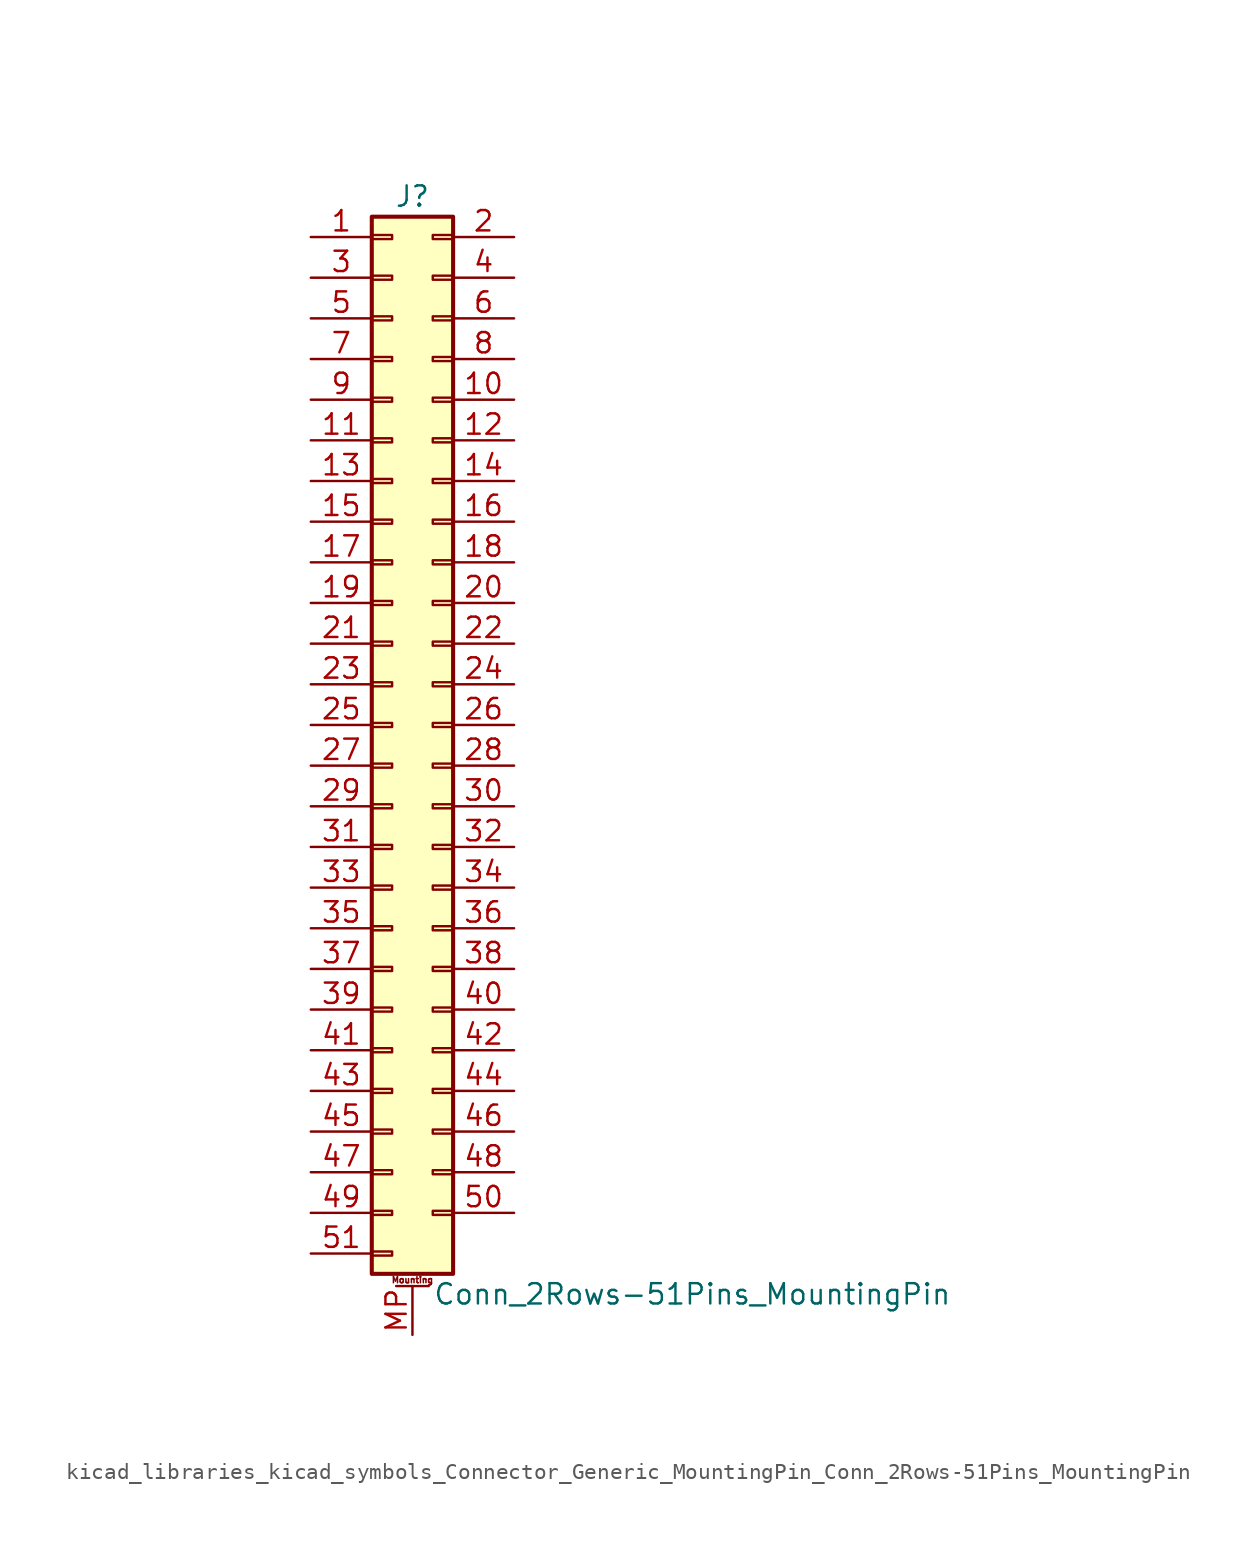
<source format=kicad_sym>
(kicad_symbol_lib
  (version 20220914)
  (generator kicad_symbol_editor)
  (symbol "kicad_libraries_kicad_symbols_Connector_Generic_MountingPin_Conn_2Rows-51Pins_MountingPin"
    (pin_names
      (offset 1.016) hide)
    (property "Reference" "J"
      (at 1.27 33.02 0)
      (effects (font (size 1.27 1.27))))
    (property "Value" "Conn_2Rows-51Pins_MountingPin"
      (at 2.54 -35.56 0)
      (effects (font (size 1.27 1.27)) (justify left)))
    (symbol "kicad_libraries_kicad_symbols_Connector_Generic_MountingPin_Conn_2Rows-51Pins_MountingPin_1_1"
      (rectangle (start -1.27 -32.893) (end 0 -33.147) (stroke (width 0.152) (type default)) (fill (type none)))
      (rectangle (start -1.27 -30.353) (end 0 -30.607) (stroke (width 0.152) (type default)) (fill (type none)))
      (rectangle (start -1.27 -27.813) (end 0 -28.067) (stroke (width 0.152) (type default)) (fill (type none)))
      (rectangle (start -1.27 -25.273) (end 0 -25.527) (stroke (width 0.152) (type default)) (fill (type none)))
      (rectangle (start -1.27 -22.733) (end 0 -22.987) (stroke (width 0.152) (type default)) (fill (type none)))
      (rectangle (start -1.27 -20.193) (end 0 -20.447) (stroke (width 0.152) (type default)) (fill (type none)))
      (rectangle (start -1.27 -17.653) (end 0 -17.907) (stroke (width 0.152) (type default)) (fill (type none)))
      (rectangle (start -1.27 -15.113) (end 0 -15.367) (stroke (width 0.152) (type default)) (fill (type none)))
      (rectangle (start -1.27 -12.573) (end 0 -12.827) (stroke (width 0.152) (type default)) (fill (type none)))
      (rectangle (start -1.27 -10.033) (end 0 -10.287) (stroke (width 0.152) (type default)) (fill (type none)))
      (rectangle (start -1.27 -7.493) (end 0 -7.747) (stroke (width 0.152) (type default)) (fill (type none)))
      (rectangle (start -1.27 -4.953) (end 0 -5.207) (stroke (width 0.152) (type default)) (fill (type none)))
      (rectangle (start -1.27 -2.413) (end 0 -2.667) (stroke (width 0.152) (type default)) (fill (type none)))
      (rectangle (start -1.27 0.127) (end 0 -0.127) (stroke (width 0.152) (type default)) (fill (type none)))
      (rectangle (start -1.27 2.667) (end 0 2.413) (stroke (width 0.152) (type default)) (fill (type none)))
      (rectangle (start -1.27 5.207) (end 0 4.953) (stroke (width 0.152) (type default)) (fill (type none)))
      (rectangle (start -1.27 7.747) (end 0 7.493) (stroke (width 0.152) (type default)) (fill (type none)))
      (rectangle (start -1.27 10.287) (end 0 10.033) (stroke (width 0.152) (type default)) (fill (type none)))
      (rectangle (start -1.27 12.827) (end 0 12.573) (stroke (width 0.152) (type default)) (fill (type none)))
      (rectangle (start -1.27 15.367) (end 0 15.113) (stroke (width 0.152) (type default)) (fill (type none)))
      (rectangle (start -1.27 17.907) (end 0 17.653) (stroke (width 0.152) (type default)) (fill (type none)))
      (rectangle (start -1.27 20.447) (end 0 20.193) (stroke (width 0.152) (type default)) (fill (type none)))
      (rectangle (start -1.27 22.987) (end 0 22.733) (stroke (width 0.152) (type default)) (fill (type none)))
      (rectangle (start -1.27 25.527) (end 0 25.273) (stroke (width 0.152) (type default)) (fill (type none)))
      (rectangle (start -1.27 28.067) (end 0 27.813) (stroke (width 0.152) (type default)) (fill (type none)))
      (rectangle (start -1.27 30.607) (end 0 30.353) (stroke (width 0.152) (type default)) (fill (type none)))
      (rectangle (start -1.27 31.75) (end 3.81 -34.29) (stroke (width 0.254) (type default)) (fill (type background)))
      (polyline (pts (xy 0.254 -35.052) (xy 2.286 -35.052)) (stroke (width 0.152) (type default)) (fill (type none)))
      (rectangle (start 3.81 -30.353) (end 2.54 -30.607) (stroke (width 0.152) (type default)) (fill (type none)))
      (rectangle (start 3.81 -27.813) (end 2.54 -28.067) (stroke (width 0.152) (type default)) (fill (type none)))
      (rectangle (start 3.81 -25.273) (end 2.54 -25.527) (stroke (width 0.152) (type default)) (fill (type none)))
      (rectangle (start 3.81 -22.733) (end 2.54 -22.987) (stroke (width 0.152) (type default)) (fill (type none)))
      (rectangle (start 3.81 -20.193) (end 2.54 -20.447) (stroke (width 0.152) (type default)) (fill (type none)))
      (rectangle (start 3.81 -17.653) (end 2.54 -17.907) (stroke (width 0.152) (type default)) (fill (type none)))
      (rectangle (start 3.81 -15.113) (end 2.54 -15.367) (stroke (width 0.152) (type default)) (fill (type none)))
      (rectangle (start 3.81 -12.573) (end 2.54 -12.827) (stroke (width 0.152) (type default)) (fill (type none)))
      (rectangle (start 3.81 -10.033) (end 2.54 -10.287) (stroke (width 0.152) (type default)) (fill (type none)))
      (rectangle (start 3.81 -7.493) (end 2.54 -7.747) (stroke (width 0.152) (type default)) (fill (type none)))
      (rectangle (start 3.81 -4.953) (end 2.54 -5.207) (stroke (width 0.152) (type default)) (fill (type none)))
      (rectangle (start 3.81 -2.413) (end 2.54 -2.667) (stroke (width 0.152) (type default)) (fill (type none)))
      (rectangle (start 3.81 0.127) (end 2.54 -0.127) (stroke (width 0.152) (type default)) (fill (type none)))
      (rectangle (start 3.81 2.667) (end 2.54 2.413) (stroke (width 0.152) (type default)) (fill (type none)))
      (rectangle (start 3.81 5.207) (end 2.54 4.953) (stroke (width 0.152) (type default)) (fill (type none)))
      (rectangle (start 3.81 7.747) (end 2.54 7.493) (stroke (width 0.152) (type default)) (fill (type none)))
      (rectangle (start 3.81 10.287) (end 2.54 10.033) (stroke (width 0.152) (type default)) (fill (type none)))
      (rectangle (start 3.81 12.827) (end 2.54 12.573) (stroke (width 0.152) (type default)) (fill (type none)))
      (rectangle (start 3.81 15.367) (end 2.54 15.113) (stroke (width 0.152) (type default)) (fill (type none)))
      (rectangle (start 3.81 17.907) (end 2.54 17.653) (stroke (width 0.152) (type default)) (fill (type none)))
      (rectangle (start 3.81 20.447) (end 2.54 20.193) (stroke (width 0.152) (type default)) (fill (type none)))
      (rectangle (start 3.81 22.987) (end 2.54 22.733) (stroke (width 0.152) (type default)) (fill (type none)))
      (rectangle (start 3.81 25.527) (end 2.54 25.273) (stroke (width 0.152) (type default)) (fill (type none)))
      (rectangle (start 3.81 28.067) (end 2.54 27.813) (stroke (width 0.152) (type default)) (fill (type none)))
      (rectangle (start 3.81 30.607) (end 2.54 30.353) (stroke (width 0.152) (type default)) (fill (type none)))
      (text "Mounting" (at 1.27 -34.671 0) (effects (font (size 0.381 0.381))))
      (pin passive line (at -5.08 30.48 0) (length 3.81) (name "Pin_1" (effects (font (size 1.27 1.27)))) (number "1" (effects (font (size 1.27 1.27)))))
      (pin passive line (at 7.62 20.32 180) (length 3.81) (name "Pin_10" (effects (font (size 1.27 1.27)))) (number "10" (effects (font (size 1.27 1.27)))))
      (pin passive line (at -5.08 17.78 0) (length 3.81) (name "Pin_11" (effects (font (size 1.27 1.27)))) (number "11" (effects (font (size 1.27 1.27)))))
      (pin passive line (at 7.62 17.78 180) (length 3.81) (name "Pin_12" (effects (font (size 1.27 1.27)))) (number "12" (effects (font (size 1.27 1.27)))))
      (pin passive line (at -5.08 15.24 0) (length 3.81) (name "Pin_13" (effects (font (size 1.27 1.27)))) (number "13" (effects (font (size 1.27 1.27)))))
      (pin passive line (at 7.62 15.24 180) (length 3.81) (name "Pin_14" (effects (font (size 1.27 1.27)))) (number "14" (effects (font (size 1.27 1.27)))))
      (pin passive line (at -5.08 12.7 0) (length 3.81) (name "Pin_15" (effects (font (size 1.27 1.27)))) (number "15" (effects (font (size 1.27 1.27)))))
      (pin passive line (at 7.62 12.7 180) (length 3.81) (name "Pin_16" (effects (font (size 1.27 1.27)))) (number "16" (effects (font (size 1.27 1.27)))))
      (pin passive line (at -5.08 10.16 0) (length 3.81) (name "Pin_17" (effects (font (size 1.27 1.27)))) (number "17" (effects (font (size 1.27 1.27)))))
      (pin passive line (at 7.62 10.16 180) (length 3.81) (name "Pin_18" (effects (font (size 1.27 1.27)))) (number "18" (effects (font (size 1.27 1.27)))))
      (pin passive line (at -5.08 7.62 0) (length 3.81) (name "Pin_19" (effects (font (size 1.27 1.27)))) (number "19" (effects (font (size 1.27 1.27)))))
      (pin passive line (at 7.62 30.48 180) (length 3.81) (name "Pin_2" (effects (font (size 1.27 1.27)))) (number "2" (effects (font (size 1.27 1.27)))))
      (pin passive line (at 7.62 7.62 180) (length 3.81) (name "Pin_20" (effects (font (size 1.27 1.27)))) (number "20" (effects (font (size 1.27 1.27)))))
      (pin passive line (at -5.08 5.08 0) (length 3.81) (name "Pin_21" (effects (font (size 1.27 1.27)))) (number "21" (effects (font (size 1.27 1.27)))))
      (pin passive line (at 7.62 5.08 180) (length 3.81) (name "Pin_22" (effects (font (size 1.27 1.27)))) (number "22" (effects (font (size 1.27 1.27)))))
      (pin passive line (at -5.08 2.54 0) (length 3.81) (name "Pin_23" (effects (font (size 1.27 1.27)))) (number "23" (effects (font (size 1.27 1.27)))))
      (pin passive line (at 7.62 2.54 180) (length 3.81) (name "Pin_24" (effects (font (size 1.27 1.27)))) (number "24" (effects (font (size 1.27 1.27)))))
      (pin passive line (at -5.08 0 0) (length 3.81) (name "Pin_25" (effects (font (size 1.27 1.27)))) (number "25" (effects (font (size 1.27 1.27)))))
      (pin passive line (at 7.62 0 180) (length 3.81) (name "Pin_26" (effects (font (size 1.27 1.27)))) (number "26" (effects (font (size 1.27 1.27)))))
      (pin passive line (at -5.08 -2.54 0) (length 3.81) (name "Pin_27" (effects (font (size 1.27 1.27)))) (number "27" (effects (font (size 1.27 1.27)))))
      (pin passive line (at 7.62 -2.54 180) (length 3.81) (name "Pin_28" (effects (font (size 1.27 1.27)))) (number "28" (effects (font (size 1.27 1.27)))))
      (pin passive line (at -5.08 -5.08 0) (length 3.81) (name "Pin_29" (effects (font (size 1.27 1.27)))) (number "29" (effects (font (size 1.27 1.27)))))
      (pin passive line (at -5.08 27.94 0) (length 3.81) (name "Pin_3" (effects (font (size 1.27 1.27)))) (number "3" (effects (font (size 1.27 1.27)))))
      (pin passive line (at 7.62 -5.08 180) (length 3.81) (name "Pin_30" (effects (font (size 1.27 1.27)))) (number "30" (effects (font (size 1.27 1.27)))))
      (pin passive line (at -5.08 -7.62 0) (length 3.81) (name "Pin_31" (effects (font (size 1.27 1.27)))) (number "31" (effects (font (size 1.27 1.27)))))
      (pin passive line (at 7.62 -7.62 180) (length 3.81) (name "Pin_32" (effects (font (size 1.27 1.27)))) (number "32" (effects (font (size 1.27 1.27)))))
      (pin passive line (at -5.08 -10.16 0) (length 3.81) (name "Pin_33" (effects (font (size 1.27 1.27)))) (number "33" (effects (font (size 1.27 1.27)))))
      (pin passive line (at 7.62 -10.16 180) (length 3.81) (name "Pin_34" (effects (font (size 1.27 1.27)))) (number "34" (effects (font (size 1.27 1.27)))))
      (pin passive line (at -5.08 -12.7 0) (length 3.81) (name "Pin_35" (effects (font (size 1.27 1.27)))) (number "35" (effects (font (size 1.27 1.27)))))
      (pin passive line (at 7.62 -12.7 180) (length 3.81) (name "Pin_36" (effects (font (size 1.27 1.27)))) (number "36" (effects (font (size 1.27 1.27)))))
      (pin passive line (at -5.08 -15.24 0) (length 3.81) (name "Pin_37" (effects (font (size 1.27 1.27)))) (number "37" (effects (font (size 1.27 1.27)))))
      (pin passive line (at 7.62 -15.24 180) (length 3.81) (name "Pin_38" (effects (font (size 1.27 1.27)))) (number "38" (effects (font (size 1.27 1.27)))))
      (pin passive line (at -5.08 -17.78 0) (length 3.81) (name "Pin_39" (effects (font (size 1.27 1.27)))) (number "39" (effects (font (size 1.27 1.27)))))
      (pin passive line (at 7.62 27.94 180) (length 3.81) (name "Pin_4" (effects (font (size 1.27 1.27)))) (number "4" (effects (font (size 1.27 1.27)))))
      (pin passive line (at 7.62 -17.78 180) (length 3.81) (name "Pin_40" (effects (font (size 1.27 1.27)))) (number "40" (effects (font (size 1.27 1.27)))))
      (pin passive line (at -5.08 -20.32 0) (length 3.81) (name "Pin_41" (effects (font (size 1.27 1.27)))) (number "41" (effects (font (size 1.27 1.27)))))
      (pin passive line (at 7.62 -20.32 180) (length 3.81) (name "Pin_42" (effects (font (size 1.27 1.27)))) (number "42" (effects (font (size 1.27 1.27)))))
      (pin passive line (at -5.08 -22.86 0) (length 3.81) (name "Pin_43" (effects (font (size 1.27 1.27)))) (number "43" (effects (font (size 1.27 1.27)))))
      (pin passive line (at 7.62 -22.86 180) (length 3.81) (name "Pin_44" (effects (font (size 1.27 1.27)))) (number "44" (effects (font (size 1.27 1.27)))))
      (pin passive line (at -5.08 -25.4 0) (length 3.81) (name "Pin_45" (effects (font (size 1.27 1.27)))) (number "45" (effects (font (size 1.27 1.27)))))
      (pin passive line (at 7.62 -25.4 180) (length 3.81) (name "Pin_46" (effects (font (size 1.27 1.27)))) (number "46" (effects (font (size 1.27 1.27)))))
      (pin passive line (at -5.08 -27.94 0) (length 3.81) (name "Pin_47" (effects (font (size 1.27 1.27)))) (number "47" (effects (font (size 1.27 1.27)))))
      (pin passive line (at 7.62 -27.94 180) (length 3.81) (name "Pin_48" (effects (font (size 1.27 1.27)))) (number "48" (effects (font (size 1.27 1.27)))))
      (pin passive line (at -5.08 -30.48 0) (length 3.81) (name "Pin_49" (effects (font (size 1.27 1.27)))) (number "49" (effects (font (size 1.27 1.27)))))
      (pin passive line (at -5.08 25.4 0) (length 3.81) (name "Pin_5" (effects (font (size 1.27 1.27)))) (number "5" (effects (font (size 1.27 1.27)))))
      (pin passive line (at 7.62 -30.48 180) (length 3.81) (name "Pin_50" (effects (font (size 1.27 1.27)))) (number "50" (effects (font (size 1.27 1.27)))))
      (pin passive line (at -5.08 -33.02 0) (length 3.81) (name "Pin_51" (effects (font (size 1.27 1.27)))) (number "51" (effects (font (size 1.27 1.27)))))
      (pin passive line (at 7.62 25.4 180) (length 3.81) (name "Pin_6" (effects (font (size 1.27 1.27)))) (number "6" (effects (font (size 1.27 1.27)))))
      (pin passive line (at -5.08 22.86 0) (length 3.81) (name "Pin_7" (effects (font (size 1.27 1.27)))) (number "7" (effects (font (size 1.27 1.27)))))
      (pin passive line (at 7.62 22.86 180) (length 3.81) (name "Pin_8" (effects (font (size 1.27 1.27)))) (number "8" (effects (font (size 1.27 1.27)))))
      (pin passive line (at -5.08 20.32 0) (length 3.81) (name "Pin_9" (effects (font (size 1.27 1.27)))) (number "9" (effects (font (size 1.27 1.27)))))
      (pin passive line (at 1.27 -38.1 90) (length 3.048) (name "MountPin" (effects (font (size 1.27 1.27)))) (number "MP" (effects (font (size 1.27 1.27))))))))
</source>
